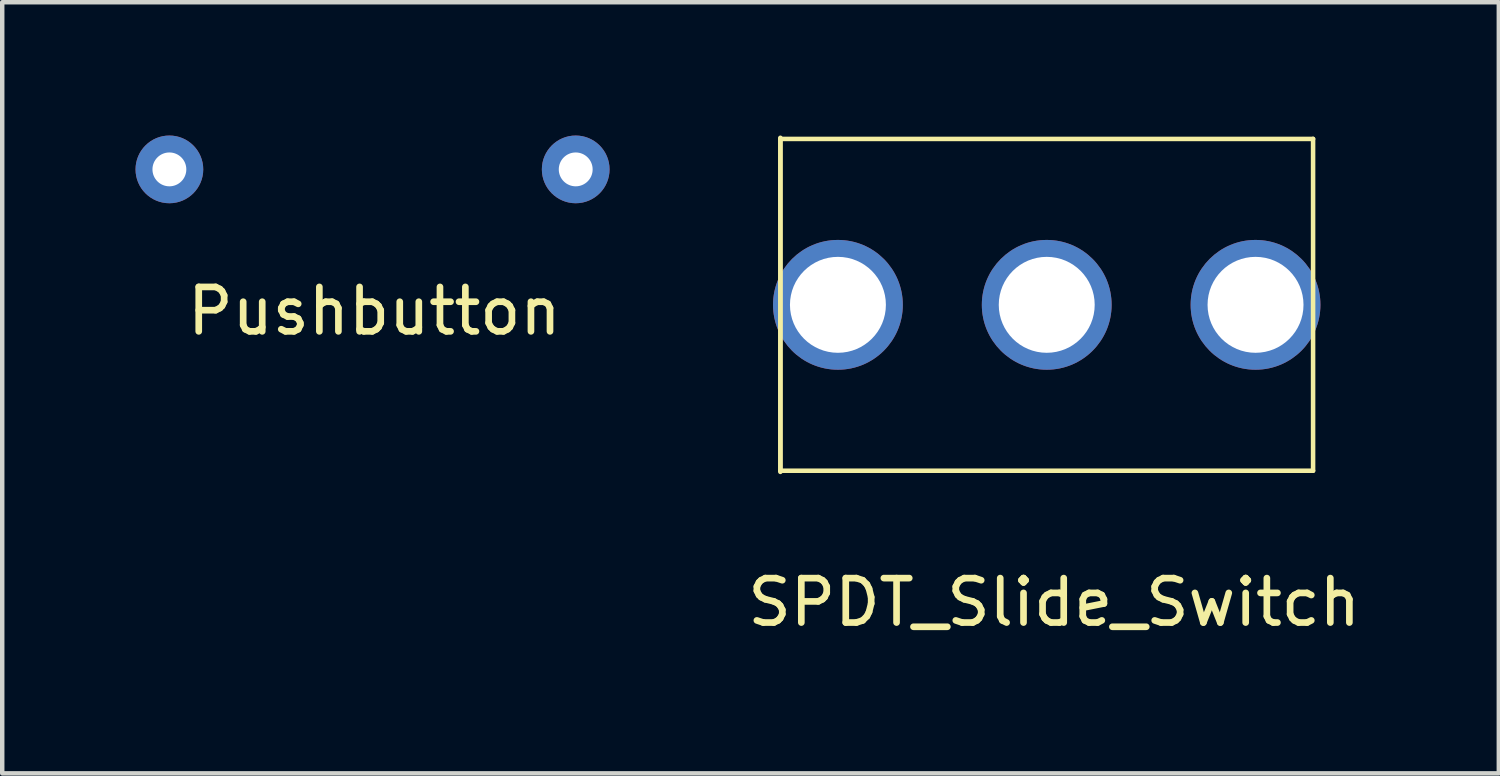
<source format=kicad_pcb>
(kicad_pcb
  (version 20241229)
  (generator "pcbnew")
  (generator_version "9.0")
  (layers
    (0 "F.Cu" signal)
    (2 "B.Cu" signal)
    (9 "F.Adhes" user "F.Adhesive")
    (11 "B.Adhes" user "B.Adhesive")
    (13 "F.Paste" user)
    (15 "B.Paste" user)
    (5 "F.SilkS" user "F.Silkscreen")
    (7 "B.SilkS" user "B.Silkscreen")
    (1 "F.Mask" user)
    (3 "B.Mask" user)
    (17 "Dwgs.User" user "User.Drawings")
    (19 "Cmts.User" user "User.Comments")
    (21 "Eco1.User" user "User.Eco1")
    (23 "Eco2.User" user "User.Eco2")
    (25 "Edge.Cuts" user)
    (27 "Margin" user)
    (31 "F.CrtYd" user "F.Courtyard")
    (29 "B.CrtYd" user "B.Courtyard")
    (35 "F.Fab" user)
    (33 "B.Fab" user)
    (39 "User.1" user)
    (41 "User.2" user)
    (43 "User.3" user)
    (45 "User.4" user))
  (footprint "Pushbutton"
    (layer "F.Cu")
    (at 5.334 0.762)
    (property "Reference" "Pushbutton" (at 0.041 3.19 0) (layer "F.SilkS") (effects (font (size 1 1) (thickness 0.15))))
    (attr through_hole)
    (pad "1" thru_hole circle (at -4.572 0) (size 1.524 1.524) (drill 0.762) (layers "*.Cu" "*.Mask"))
    (pad "2" thru_hole circle (at 4.572 0) (size 1.524 1.524) (drill 0.762) (layers "*.Cu" "*.Mask")))
  (footprint "SPDT_Slide_Switch"
    (layer "F.Cu")
    (at 20.506 3.81)
    (property "Reference" "SPDT_Slide_Switch" (at 0.168 6.695 0) (layer "F.SilkS") (effects (font (size 1 1) (thickness 0.15))))
    (attr through_hole)
    (fp_line (start -5.994 -3.759) (end -5.994 3.759) (stroke (width 0.102) (type solid)) (layer "F.SilkS"))
    (fp_line (start -5.994 -3.734) (end 5.994 -3.734) (stroke (width 0.102) (type solid)) (layer "F.SilkS"))
    (fp_line (start -5.994 3.734) (end -5.994 -3.734) (stroke (width 0.102) (type solid)) (layer "F.SilkS"))
    (fp_line (start -5.994 3.734) (end 5.994 3.734) (stroke (width 0.102) (type solid)) (layer "F.SilkS"))
    (fp_line (start 5.994 3.734) (end 5.994 -3.734) (stroke (width 0.102) (type solid)) (layer "F.SilkS"))
    (pad "1" thru_hole circle (at -4.699 0) (size 2.921 2.921) (drill 2.159) (layers "*.Cu" "*.Mask"))
    (pad "2" thru_hole circle (at 0 0) (size 2.921 2.921) (drill 2.159) (layers "*.Cu" "*.Mask"))
    (pad "3" thru_hole circle (at 4.699 0) (size 2.921 2.921) (drill 2.159) (layers "*.Cu" "*.Mask")))
  (gr_rect
    (start -3 -3)
    (end 30.68 14.354)
    (stroke (width 0.1) (type default))
    (fill no)
    (layer "Edge.Cuts")))
</source>
